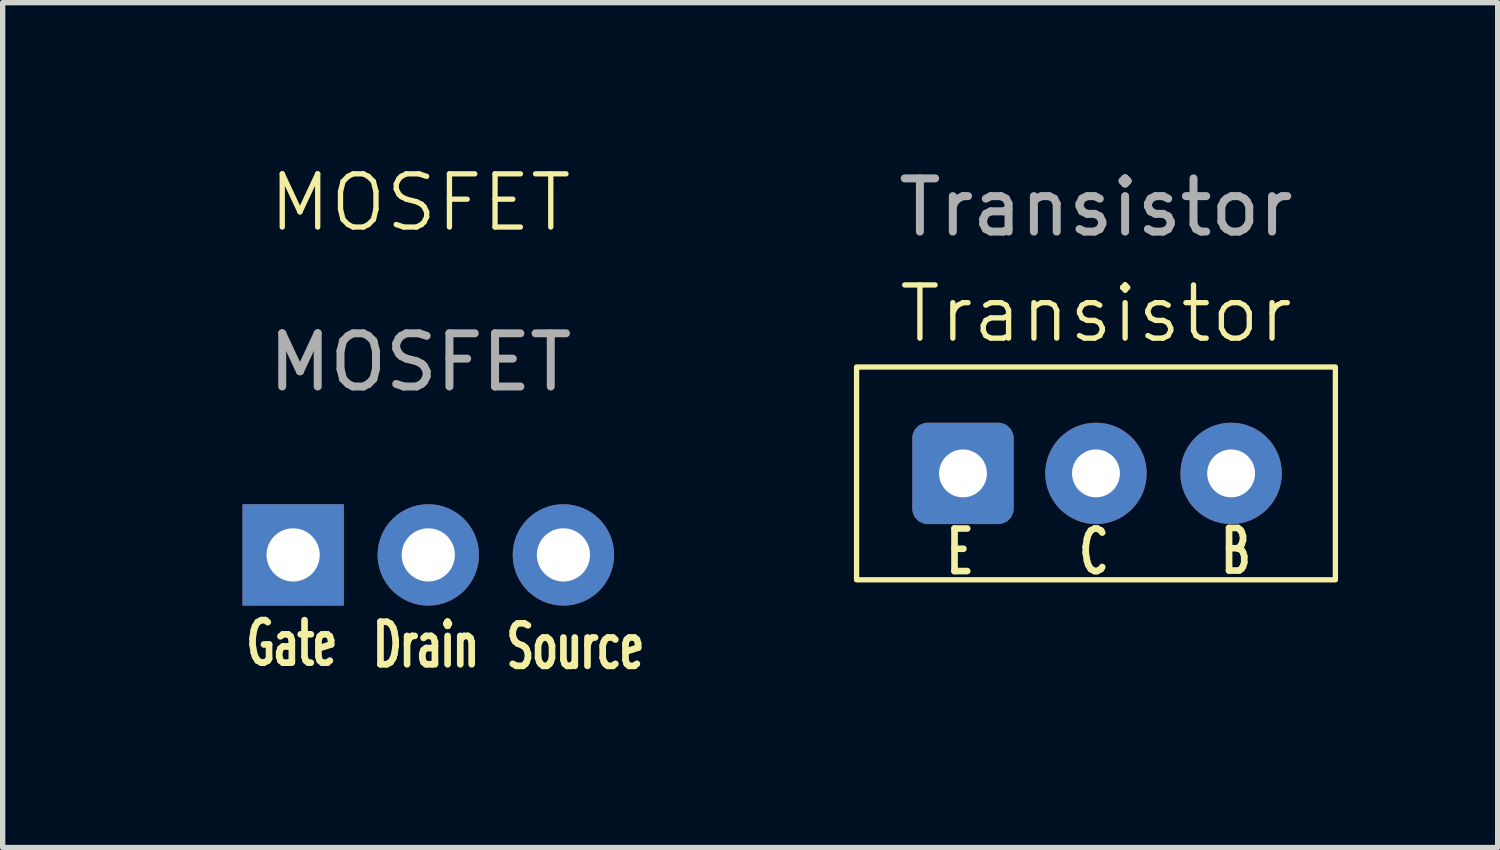
<source format=kicad_pcb>
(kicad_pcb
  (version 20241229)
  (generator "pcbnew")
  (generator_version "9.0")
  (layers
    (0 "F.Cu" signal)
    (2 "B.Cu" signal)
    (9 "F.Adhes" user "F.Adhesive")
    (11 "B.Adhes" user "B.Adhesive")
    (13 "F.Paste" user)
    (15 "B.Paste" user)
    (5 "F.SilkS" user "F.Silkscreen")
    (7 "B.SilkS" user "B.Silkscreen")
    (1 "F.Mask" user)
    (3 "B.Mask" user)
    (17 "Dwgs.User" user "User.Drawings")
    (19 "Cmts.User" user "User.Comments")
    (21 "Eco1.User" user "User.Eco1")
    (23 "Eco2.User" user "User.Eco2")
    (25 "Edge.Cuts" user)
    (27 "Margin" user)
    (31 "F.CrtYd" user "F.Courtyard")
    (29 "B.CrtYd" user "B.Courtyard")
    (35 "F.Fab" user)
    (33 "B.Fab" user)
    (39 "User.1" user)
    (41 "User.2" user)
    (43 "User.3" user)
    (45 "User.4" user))
  (footprint "Transistor"
    (layer "F.Cu")
    (at 17.55 5.848)
    (property "Reference" "Transistor" (at 0 -3 0) (unlocked yes) (layer "F.SilkS") (effects (font (size 1 1) (thickness 0.1))))
    (attr smd)
    (fp_rect (start -4.5 -2) (end 4.5 2) (stroke (width 0.1) (type default)) (fill no) (layer "F.SilkS"))
    (fp_text user "B" (at 2.3 1.93 0) (unlocked yes) (layer "F.SilkS") (effects (font (size 0.8 0.5) (thickness 0.125) (bold yes)) (justify left bottom)))
    (fp_text user "C" (at -0.37 1.94 0) (unlocked yes) (layer "F.SilkS") (effects (font (size 0.8 0.5) (thickness 0.125) (bold yes)) (justify left bottom)))
    (fp_text user "E" (at -2.86 1.94 0) (unlocked yes) (layer "F.SilkS") (effects (font (size 0.8 0.5) (thickness 0.125) (bold yes)) (justify left bottom)))
    (fp_text user "${REFERENCE}" (at 0 -5 0) (unlocked yes) (layer "F.Fab") (effects (font (size 1 1) (thickness 0.15))))
    (pad "1" thru_hole roundrect (at -2.5 0) (size 1.905 1.905) (drill 0.9) (layers "*.Cu" "*.Mask") (roundrect_rratio 0.15))
    (pad "2" thru_hole circle (at 0 0) (size 1.905 1.905) (drill 0.9) (layers "*.Cu" "*.Mask"))
    (pad "3" thru_hole circle (at 2.54 0) (size 1.905 1.905) (drill 0.9) (layers "*.Cu" "*.Mask"))
    (zone (net_name "") (layer "F.SilkS") (hatch edge 0.5) (connect_pads) (min_thickness 0.25) (filled_areas_thickness no) (keepout (tracks allowed) (vias allowed) (pads not_allowed) (copperpour allowed) (footprints not_allowed)) (placement (enabled no)) (fill) (polygon (pts (xy 13.05 3.848) (xy 22.05 3.848) (xy 22.05 7.848) (xy 13.05 7.848)))))
  (footprint "MOSFET"
    (layer "F.Cu")
    (at 5 7.38)
    (property "Reference" "MOSFET" (at -0.15 -6.62 0) (unlocked yes) (layer "F.SilkS") (effects (font (size 1 1) (thickness 0.1))))
    (attr smd)
    (fp_text user "Source" (at 1.41 2.19 0) (unlocked yes) (layer "F.SilkS") (effects (font (size 0.8 0.5) (thickness 0.125) (bold yes)) (justify left bottom)))
    (fp_text user "Gate" (at -3.48 2.13 0) (unlocked yes) (layer "F.SilkS") (effects (font (size 0.8 0.5) (thickness 0.125) (bold yes)) (justify left bottom)))
    (fp_text user "Drain" (at -1.1 2.16 0) (unlocked yes) (layer "F.SilkS") (effects (font (size 0.8 0.5) (thickness 0.125) (bold yes)) (justify left bottom)))
    (fp_text user "${REFERENCE}" (at -0.15 -3.62 0) (unlocked yes) (layer "F.Fab") (effects (font (size 1 1) (thickness 0.15))))
    (pad "1" thru_hole rect (at -2.54 0) (size 1.905 1.905) (drill 1) (layers "*.Cu" "*.Mask"))
    (pad "2" thru_hole circle (at 0 0) (size 1.905 1.905) (drill 1) (layers "*.Cu" "*.Mask"))
    (pad "3" thru_hole circle (at 2.54 0) (size 1.905 1.905) (drill 1) (layers "*.Cu" "*.Mask"))
    (zone (net_name "") (layer "F.SilkS") (hatch edge 0.5) (connect_pads) (min_thickness 0.25) (filled_areas_thickness no) (keepout (tracks allowed) (vias allowed) (pads not_allowed) (copperpour allowed) (footprints not_allowed)) (placement (enabled no)) (fill) (polygon (pts (xy 0 4.88) (xy 10 4.88) (xy 10 9.88) (xy 0 9.88)))))
  (gr_rect
    (start -3 -3)
    (end 25.1 12.88)
    (stroke (width 0.1) (type default))
    (fill no)
    (layer "Edge.Cuts")))
</source>
